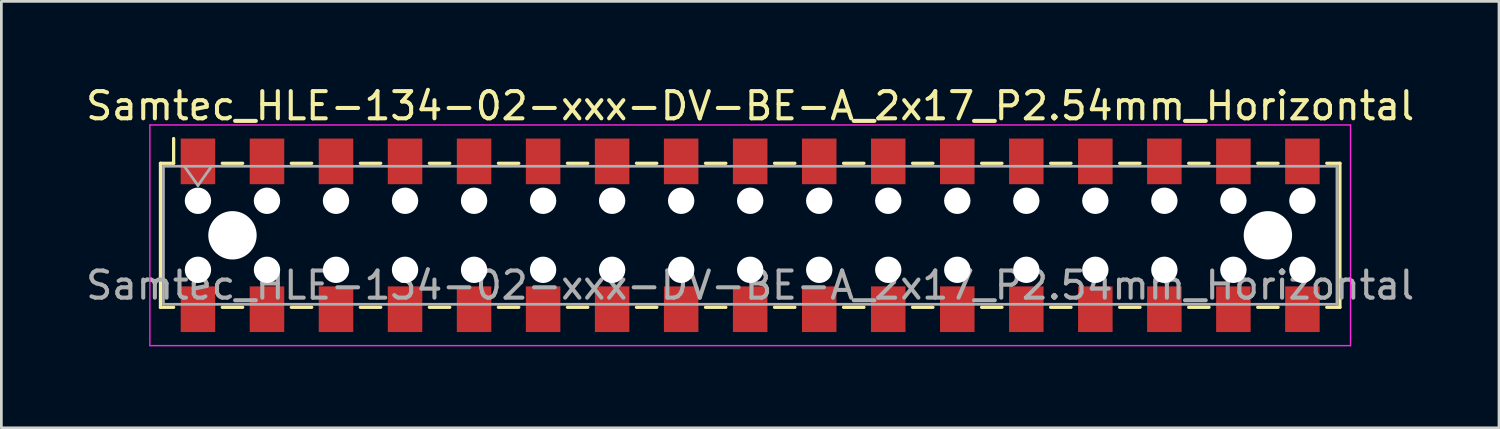
<source format=kicad_pcb>
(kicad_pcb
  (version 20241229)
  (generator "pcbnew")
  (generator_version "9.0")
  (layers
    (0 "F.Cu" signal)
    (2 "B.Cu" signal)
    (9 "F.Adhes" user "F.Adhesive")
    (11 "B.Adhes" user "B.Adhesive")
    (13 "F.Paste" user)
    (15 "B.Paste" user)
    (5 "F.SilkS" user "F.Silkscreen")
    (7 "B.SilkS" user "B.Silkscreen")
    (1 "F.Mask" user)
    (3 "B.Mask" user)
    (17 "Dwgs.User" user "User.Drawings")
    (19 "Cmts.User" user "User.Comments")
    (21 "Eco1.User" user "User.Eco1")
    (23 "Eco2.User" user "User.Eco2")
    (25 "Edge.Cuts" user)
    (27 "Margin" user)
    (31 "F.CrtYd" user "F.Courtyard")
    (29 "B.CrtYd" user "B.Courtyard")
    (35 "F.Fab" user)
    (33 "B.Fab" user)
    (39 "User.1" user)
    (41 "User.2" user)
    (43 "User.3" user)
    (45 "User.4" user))
  (footprint "Samtec_HLE-134-02-xxx-DV-BE-A_2x17_P2.54mm_Horizontal"
    (layer "F.Cu")
    (at 24.554 5.608)
    (property "Reference" "Samtec_HLE-134-02-xxx-DV-BE-A_2x17_P2.54mm_Horizontal" (at 0 -4.76 0) (layer "F.SilkS") (effects (font (size 1 1) (thickness 0.15))))
    (attr smd)
    (fp_line (start -21.7 -2.65) (end -21.7 2.65) (stroke (width 0.12) (type solid)) (layer "F.SilkS"))
    (fp_line (start -21.7 2.65) (end -21.215 2.65) (stroke (width 0.12) (type solid)) (layer "F.SilkS"))
    (fp_line (start -21.215 -3.56) (end -21.215 -2.65) (stroke (width 0.12) (type solid)) (layer "F.SilkS"))
    (fp_line (start -21.215 -2.65) (end -21.7 -2.65) (stroke (width 0.12) (type solid)) (layer "F.SilkS"))
    (fp_line (start -19.425 -2.65) (end -18.675 -2.65) (stroke (width 0.12) (type solid)) (layer "F.SilkS"))
    (fp_line (start -19.425 2.65) (end -18.675 2.65) (stroke (width 0.12) (type solid)) (layer "F.SilkS"))
    (fp_line (start -16.885 -2.65) (end -16.135 -2.65) (stroke (width 0.12) (type solid)) (layer "F.SilkS"))
    (fp_line (start -16.885 2.65) (end -16.135 2.65) (stroke (width 0.12) (type solid)) (layer "F.SilkS"))
    (fp_line (start -14.345 -2.65) (end -13.595 -2.65) (stroke (width 0.12) (type solid)) (layer "F.SilkS"))
    (fp_line (start -14.345 2.65) (end -13.595 2.65) (stroke (width 0.12) (type solid)) (layer "F.SilkS"))
    (fp_line (start -11.805 -2.65) (end -11.055 -2.65) (stroke (width 0.12) (type solid)) (layer "F.SilkS"))
    (fp_line (start -11.805 2.65) (end -11.055 2.65) (stroke (width 0.12) (type solid)) (layer "F.SilkS"))
    (fp_line (start -9.265 -2.65) (end -8.515 -2.65) (stroke (width 0.12) (type solid)) (layer "F.SilkS"))
    (fp_line (start -9.265 2.65) (end -8.515 2.65) (stroke (width 0.12) (type solid)) (layer "F.SilkS"))
    (fp_line (start -6.725 -2.65) (end -5.975 -2.65) (stroke (width 0.12) (type solid)) (layer "F.SilkS"))
    (fp_line (start -6.725 2.65) (end -5.975 2.65) (stroke (width 0.12) (type solid)) (layer "F.SilkS"))
    (fp_line (start -4.185 -2.65) (end -3.435 -2.65) (stroke (width 0.12) (type solid)) (layer "F.SilkS"))
    (fp_line (start -4.185 2.65) (end -3.435 2.65) (stroke (width 0.12) (type solid)) (layer "F.SilkS"))
    (fp_line (start -1.645 -2.65) (end -0.895 -2.65) (stroke (width 0.12) (type solid)) (layer "F.SilkS"))
    (fp_line (start -1.645 2.65) (end -0.895 2.65) (stroke (width 0.12) (type solid)) (layer "F.SilkS"))
    (fp_line (start 0.895 -2.65) (end 1.645 -2.65) (stroke (width 0.12) (type solid)) (layer "F.SilkS"))
    (fp_line (start 0.895 2.65) (end 1.645 2.65) (stroke (width 0.12) (type solid)) (layer "F.SilkS"))
    (fp_line (start 3.435 -2.65) (end 4.185 -2.65) (stroke (width 0.12) (type solid)) (layer "F.SilkS"))
    (fp_line (start 3.435 2.65) (end 4.185 2.65) (stroke (width 0.12) (type solid)) (layer "F.SilkS"))
    (fp_line (start 5.975 -2.65) (end 6.725 -2.65) (stroke (width 0.12) (type solid)) (layer "F.SilkS"))
    (fp_line (start 5.975 2.65) (end 6.725 2.65) (stroke (width 0.12) (type solid)) (layer "F.SilkS"))
    (fp_line (start 8.515 -2.65) (end 9.265 -2.65) (stroke (width 0.12) (type solid)) (layer "F.SilkS"))
    (fp_line (start 8.515 2.65) (end 9.265 2.65) (stroke (width 0.12) (type solid)) (layer "F.SilkS"))
    (fp_line (start 11.055 -2.65) (end 11.805 -2.65) (stroke (width 0.12) (type solid)) (layer "F.SilkS"))
    (fp_line (start 11.055 2.65) (end 11.805 2.65) (stroke (width 0.12) (type solid)) (layer "F.SilkS"))
    (fp_line (start 13.595 -2.65) (end 14.345 -2.65) (stroke (width 0.12) (type solid)) (layer "F.SilkS"))
    (fp_line (start 13.595 2.65) (end 14.345 2.65) (stroke (width 0.12) (type solid)) (layer "F.SilkS"))
    (fp_line (start 16.135 -2.65) (end 16.885 -2.65) (stroke (width 0.12) (type solid)) (layer "F.SilkS"))
    (fp_line (start 16.135 2.65) (end 16.885 2.65) (stroke (width 0.12) (type solid)) (layer "F.SilkS"))
    (fp_line (start 18.675 -2.65) (end 19.425 -2.65) (stroke (width 0.12) (type solid)) (layer "F.SilkS"))
    (fp_line (start 18.675 2.65) (end 19.425 2.65) (stroke (width 0.12) (type solid)) (layer "F.SilkS"))
    (fp_line (start 21.215 -2.65) (end 21.7 -2.65) (stroke (width 0.12) (type solid)) (layer "F.SilkS"))
    (fp_line (start 21.7 -2.65) (end 21.7 2.65) (stroke (width 0.12) (type solid)) (layer "F.SilkS"))
    (fp_line (start 21.7 2.65) (end 21.215 2.65) (stroke (width 0.12) (type solid)) (layer "F.SilkS"))
    (fp_line (start -22.09 -4.06) (end 22.09 -4.06) (stroke (width 0.05) (type solid)) (layer "F.CrtYd"))
    (fp_line (start -22.09 4.06) (end -22.09 -4.06) (stroke (width 0.05) (type solid)) (layer "F.CrtYd"))
    (fp_line (start 22.09 -4.06) (end 22.09 4.06) (stroke (width 0.05) (type solid)) (layer "F.CrtYd"))
    (fp_line (start 22.09 4.06) (end -22.09 4.06) (stroke (width 0.05) (type solid)) (layer "F.CrtYd"))
    (fp_line (start -21.59 -2.54) (end 21.59 -2.54) (stroke (width 0.1) (type solid)) (layer "F.Fab"))
    (fp_line (start -21.59 2.54) (end -21.59 -2.54) (stroke (width 0.1) (type solid)) (layer "F.Fab"))
    (fp_line (start -20.82 -2.54) (end -20.32 -1.833) (stroke (width 0.1) (type solid)) (layer "F.Fab"))
    (fp_line (start -20.32 -1.833) (end -19.82 -2.54) (stroke (width 0.1) (type solid)) (layer "F.Fab"))
    (fp_line (start 21.59 -2.54) (end 21.59 2.54) (stroke (width 0.1) (type solid)) (layer "F.Fab"))
    (fp_line (start 21.59 2.54) (end -21.59 2.54) (stroke (width 0.1) (type solid)) (layer "F.Fab"))
    (fp_text user "${REFERENCE}" (at 0 1.84 0) (layer "F.Fab") (effects (font (size 1 1) (thickness 0.15))))
    (pad "" np_thru_hole circle (at -20.32 -1.27) (size 0.97 0.97) (drill 0.97) (layers "*.Cu" "*.Mask"))
    (pad "" np_thru_hole circle (at -20.32 1.27) (size 0.97 0.97) (drill 0.97) (layers "*.Cu" "*.Mask"))
    (pad "" np_thru_hole circle (at -19.05 0) (size 1.78 1.78) (drill 1.78) (layers "*.Cu" "*.Mask"))
    (pad "" np_thru_hole circle (at -17.78 -1.27) (size 0.97 0.97) (drill 0.97) (layers "*.Cu" "*.Mask"))
    (pad "" np_thru_hole circle (at -17.78 1.27) (size 0.97 0.97) (drill 0.97) (layers "*.Cu" "*.Mask"))
    (pad "" np_thru_hole circle (at -15.24 -1.27) (size 0.97 0.97) (drill 0.97) (layers "*.Cu" "*.Mask"))
    (pad "" np_thru_hole circle (at -15.24 1.27) (size 0.97 0.97) (drill 0.97) (layers "*.Cu" "*.Mask"))
    (pad "" np_thru_hole circle (at -12.7 -1.27) (size 0.97 0.97) (drill 0.97) (layers "*.Cu" "*.Mask"))
    (pad "" np_thru_hole circle (at -12.7 1.27) (size 0.97 0.97) (drill 0.97) (layers "*.Cu" "*.Mask"))
    (pad "" np_thru_hole circle (at -10.16 -1.27) (size 0.97 0.97) (drill 0.97) (layers "*.Cu" "*.Mask"))
    (pad "" np_thru_hole circle (at -10.16 1.27) (size 0.97 0.97) (drill 0.97) (layers "*.Cu" "*.Mask"))
    (pad "" np_thru_hole circle (at -7.62 -1.27) (size 0.97 0.97) (drill 0.97) (layers "*.Cu" "*.Mask"))
    (pad "" np_thru_hole circle (at -7.62 1.27) (size 0.97 0.97) (drill 0.97) (layers "*.Cu" "*.Mask"))
    (pad "" np_thru_hole circle (at -5.08 -1.27) (size 0.97 0.97) (drill 0.97) (layers "*.Cu" "*.Mask"))
    (pad "" np_thru_hole circle (at -5.08 1.27) (size 0.97 0.97) (drill 0.97) (layers "*.Cu" "*.Mask"))
    (pad "" np_thru_hole circle (at -2.54 -1.27) (size 0.97 0.97) (drill 0.97) (layers "*.Cu" "*.Mask"))
    (pad "" np_thru_hole circle (at -2.54 1.27) (size 0.97 0.97) (drill 0.97) (layers "*.Cu" "*.Mask"))
    (pad "" np_thru_hole circle (at 0 -1.27) (size 0.97 0.97) (drill 0.97) (layers "*.Cu" "*.Mask"))
    (pad "" np_thru_hole circle (at 0 1.27) (size 0.97 0.97) (drill 0.97) (layers "*.Cu" "*.Mask"))
    (pad "" np_thru_hole circle (at 2.54 -1.27) (size 0.97 0.97) (drill 0.97) (layers "*.Cu" "*.Mask"))
    (pad "" np_thru_hole circle (at 2.54 1.27) (size 0.97 0.97) (drill 0.97) (layers "*.Cu" "*.Mask"))
    (pad "" np_thru_hole circle (at 5.08 -1.27) (size 0.97 0.97) (drill 0.97) (layers "*.Cu" "*.Mask"))
    (pad "" np_thru_hole circle (at 5.08 1.27) (size 0.97 0.97) (drill 0.97) (layers "*.Cu" "*.Mask"))
    (pad "" np_thru_hole circle (at 7.62 -1.27) (size 0.97 0.97) (drill 0.97) (layers "*.Cu" "*.Mask"))
    (pad "" np_thru_hole circle (at 7.62 1.27) (size 0.97 0.97) (drill 0.97) (layers "*.Cu" "*.Mask"))
    (pad "" np_thru_hole circle (at 10.16 -1.27) (size 0.97 0.97) (drill 0.97) (layers "*.Cu" "*.Mask"))
    (pad "" np_thru_hole circle (at 10.16 1.27) (size 0.97 0.97) (drill 0.97) (layers "*.Cu" "*.Mask"))
    (pad "" np_thru_hole circle (at 12.7 -1.27) (size 0.97 0.97) (drill 0.97) (layers "*.Cu" "*.Mask"))
    (pad "" np_thru_hole circle (at 12.7 1.27) (size 0.97 0.97) (drill 0.97) (layers "*.Cu" "*.Mask"))
    (pad "" np_thru_hole circle (at 15.24 -1.27) (size 0.97 0.97) (drill 0.97) (layers "*.Cu" "*.Mask"))
    (pad "" np_thru_hole circle (at 15.24 1.27) (size 0.97 0.97) (drill 0.97) (layers "*.Cu" "*.Mask"))
    (pad "" np_thru_hole circle (at 17.78 -1.27) (size 0.97 0.97) (drill 0.97) (layers "*.Cu" "*.Mask"))
    (pad "" np_thru_hole circle (at 17.78 1.27) (size 0.97 0.97) (drill 0.97) (layers "*.Cu" "*.Mask"))
    (pad "" np_thru_hole circle (at 19.05 0) (size 1.78 1.78) (drill 1.78) (layers "*.Cu" "*.Mask"))
    (pad "" np_thru_hole circle (at 20.32 -1.27) (size 0.97 0.97) (drill 0.97) (layers "*.Cu" "*.Mask"))
    (pad "" np_thru_hole circle (at 20.32 1.27) (size 0.97 0.97) (drill 0.97) (layers "*.Cu" "*.Mask"))
    (pad "1" smd rect (at -20.32 -2.72) (size 1.27 1.68) (layers "F.Cu" "F.Mask" "F.Paste"))
    (pad "2" smd rect (at -20.32 2.72) (size 1.27 1.68) (layers "F.Cu" "F.Mask" "F.Paste"))
    (pad "3" smd rect (at -17.78 -2.72) (size 1.27 1.68) (layers "F.Cu" "F.Mask" "F.Paste"))
    (pad "4" smd rect (at -17.78 2.72) (size 1.27 1.68) (layers "F.Cu" "F.Mask" "F.Paste"))
    (pad "5" smd rect (at -15.24 -2.72) (size 1.27 1.68) (layers "F.Cu" "F.Mask" "F.Paste"))
    (pad "6" smd rect (at -15.24 2.72) (size 1.27 1.68) (layers "F.Cu" "F.Mask" "F.Paste"))
    (pad "7" smd rect (at -12.7 -2.72) (size 1.27 1.68) (layers "F.Cu" "F.Mask" "F.Paste"))
    (pad "8" smd rect (at -12.7 2.72) (size 1.27 1.68) (layers "F.Cu" "F.Mask" "F.Paste"))
    (pad "9" smd rect (at -10.16 -2.72) (size 1.27 1.68) (layers "F.Cu" "F.Mask" "F.Paste"))
    (pad "10" smd rect (at -10.16 2.72) (size 1.27 1.68) (layers "F.Cu" "F.Mask" "F.Paste"))
    (pad "11" smd rect (at -7.62 -2.72) (size 1.27 1.68) (layers "F.Cu" "F.Mask" "F.Paste"))
    (pad "12" smd rect (at -7.62 2.72) (size 1.27 1.68) (layers "F.Cu" "F.Mask" "F.Paste"))
    (pad "13" smd rect (at -5.08 -2.72) (size 1.27 1.68) (layers "F.Cu" "F.Mask" "F.Paste"))
    (pad "14" smd rect (at -5.08 2.72) (size 1.27 1.68) (layers "F.Cu" "F.Mask" "F.Paste"))
    (pad "15" smd rect (at -2.54 -2.72) (size 1.27 1.68) (layers "F.Cu" "F.Mask" "F.Paste"))
    (pad "16" smd rect (at -2.54 2.72) (size 1.27 1.68) (layers "F.Cu" "F.Mask" "F.Paste"))
    (pad "17" smd rect (at 0 -2.72) (size 1.27 1.68) (layers "F.Cu" "F.Mask" "F.Paste"))
    (pad "18" smd rect (at 0 2.72) (size 1.27 1.68) (layers "F.Cu" "F.Mask" "F.Paste"))
    (pad "19" smd rect (at 2.54 -2.72) (size 1.27 1.68) (layers "F.Cu" "F.Mask" "F.Paste"))
    (pad "20" smd rect (at 2.54 2.72) (size 1.27 1.68) (layers "F.Cu" "F.Mask" "F.Paste"))
    (pad "21" smd rect (at 5.08 -2.72) (size 1.27 1.68) (layers "F.Cu" "F.Mask" "F.Paste"))
    (pad "22" smd rect (at 5.08 2.72) (size 1.27 1.68) (layers "F.Cu" "F.Mask" "F.Paste"))
    (pad "23" smd rect (at 7.62 -2.72) (size 1.27 1.68) (layers "F.Cu" "F.Mask" "F.Paste"))
    (pad "24" smd rect (at 7.62 2.72) (size 1.27 1.68) (layers "F.Cu" "F.Mask" "F.Paste"))
    (pad "25" smd rect (at 10.16 -2.72) (size 1.27 1.68) (layers "F.Cu" "F.Mask" "F.Paste"))
    (pad "26" smd rect (at 10.16 2.72) (size 1.27 1.68) (layers "F.Cu" "F.Mask" "F.Paste"))
    (pad "27" smd rect (at 12.7 -2.72) (size 1.27 1.68) (layers "F.Cu" "F.Mask" "F.Paste"))
    (pad "28" smd rect (at 12.7 2.72) (size 1.27 1.68) (layers "F.Cu" "F.Mask" "F.Paste"))
    (pad "29" smd rect (at 15.24 -2.72) (size 1.27 1.68) (layers "F.Cu" "F.Mask" "F.Paste"))
    (pad "30" smd rect (at 15.24 2.72) (size 1.27 1.68) (layers "F.Cu" "F.Mask" "F.Paste"))
    (pad "31" smd rect (at 17.78 -2.72) (size 1.27 1.68) (layers "F.Cu" "F.Mask" "F.Paste"))
    (pad "32" smd rect (at 17.78 2.72) (size 1.27 1.68) (layers "F.Cu" "F.Mask" "F.Paste"))
    (pad "33" smd rect (at 20.32 -2.72) (size 1.27 1.68) (layers "F.Cu" "F.Mask" "F.Paste"))
    (pad "34" smd rect (at 20.32 2.72) (size 1.27 1.68) (layers "F.Cu" "F.Mask" "F.Paste")))
  (gr_rect
    (start -3 -3)
    (end 52.107 12.693)
    (stroke (width 0.1) (type default))
    (fill no)
    (layer "Edge.Cuts")))
</source>
